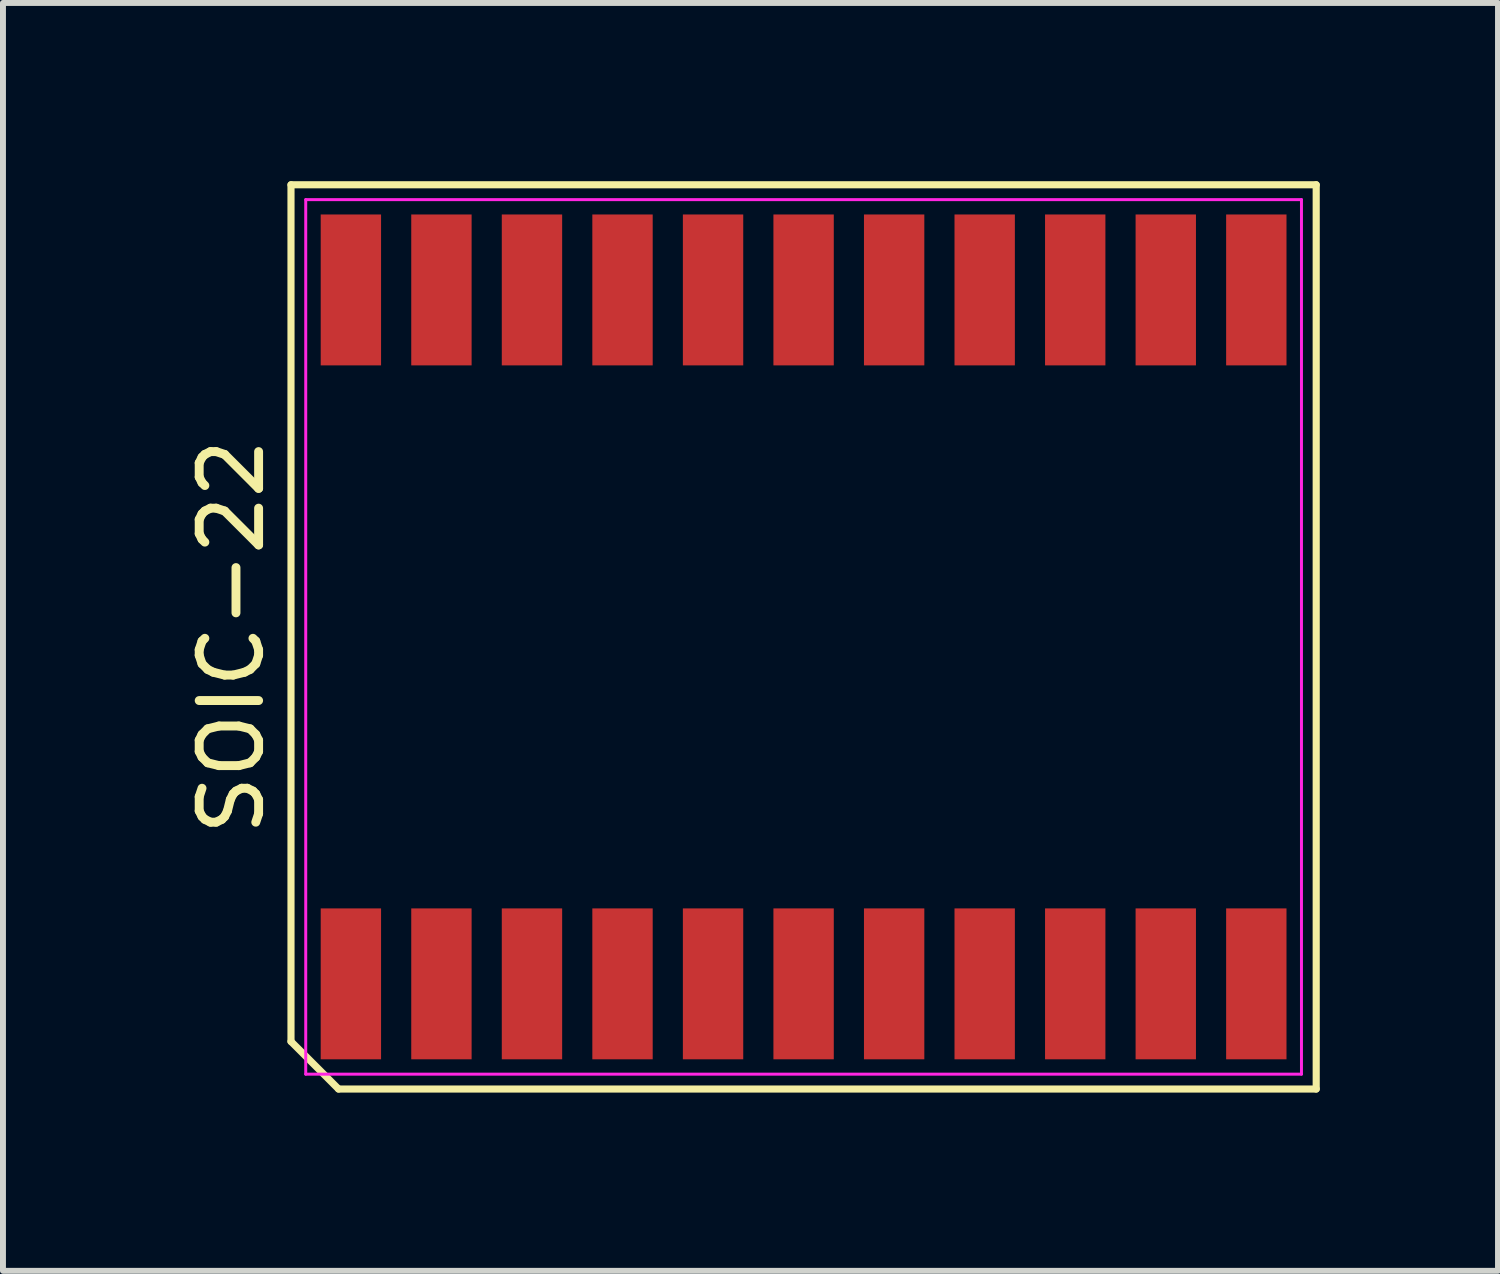
<source format=kicad_pcb>
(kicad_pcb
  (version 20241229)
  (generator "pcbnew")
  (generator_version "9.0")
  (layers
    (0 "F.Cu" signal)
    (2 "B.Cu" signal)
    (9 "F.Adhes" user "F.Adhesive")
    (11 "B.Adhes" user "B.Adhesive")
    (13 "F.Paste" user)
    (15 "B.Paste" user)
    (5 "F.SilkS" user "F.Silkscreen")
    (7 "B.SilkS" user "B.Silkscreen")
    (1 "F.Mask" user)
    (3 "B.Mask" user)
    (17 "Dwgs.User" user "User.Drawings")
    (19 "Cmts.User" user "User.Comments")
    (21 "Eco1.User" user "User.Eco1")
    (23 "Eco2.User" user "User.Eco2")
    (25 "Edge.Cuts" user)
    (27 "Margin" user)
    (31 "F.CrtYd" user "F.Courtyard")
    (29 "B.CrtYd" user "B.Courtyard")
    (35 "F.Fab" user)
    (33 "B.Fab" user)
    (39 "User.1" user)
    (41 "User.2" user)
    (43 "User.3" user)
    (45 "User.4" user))
  (footprint "SOIC-22"
    (layer "F.Cu")
    (at 10.476 7.67)
    (property "Reference" "SOIC-22" (at -9.628 0 90) (layer "F.SilkS") (effects (font (size 1 1) (thickness 0.15))))
    (attr smd)
    (fp_line (start -8.628 -7.61) (end 8.628 -7.61) (stroke (width 0.12) (type solid)) (layer "F.SilkS"))
    (fp_line (start -8.628 6.81) (end -8.628 -7.61) (stroke (width 0.12) (type solid)) (layer "F.SilkS"))
    (fp_line (start -7.828 7.61) (end -8.628 6.81) (stroke (width 0.12) (type solid)) (layer "F.SilkS"))
    (fp_line (start 8.628 -7.61) (end 8.628 7.61) (stroke (width 0.12) (type solid)) (layer "F.SilkS"))
    (fp_line (start 8.628 7.61) (end -7.828 7.61) (stroke (width 0.12) (type solid)) (layer "F.SilkS"))
    (fp_line (start -8.38 -7.36) (end 8.38 -7.36) (stroke (width 0.05) (type solid)) (layer "F.CrtYd"))
    (fp_line (start -8.38 7.36) (end -8.38 -7.36) (stroke (width 0.05) (type solid)) (layer "F.CrtYd"))
    (fp_line (start 8.38 -7.36) (end 8.38 7.36) (stroke (width 0.05) (type solid)) (layer "F.CrtYd"))
    (fp_line (start 8.38 7.36) (end -8.38 7.36) (stroke (width 0.05) (type solid)) (layer "F.CrtYd"))
    (pad "1" smd rect (at -7.62 5.84) (size 1.016 2.54) (layers "F.Cu" "F.Mask" "F.Paste"))
    (pad "2" smd rect (at -6.096 5.84) (size 1.016 2.54) (layers "F.Cu" "F.Mask" "F.Paste"))
    (pad "3" smd rect (at -4.572 5.84) (size 1.016 2.54) (layers "F.Cu" "F.Mask" "F.Paste"))
    (pad "4" smd rect (at -3.048 5.84) (size 1.016 2.54) (layers "F.Cu" "F.Mask" "F.Paste"))
    (pad "5" smd rect (at -1.524 5.84) (size 1.016 2.54) (layers "F.Cu" "F.Mask" "F.Paste"))
    (pad "6" smd rect (at 0 5.84) (size 1.016 2.54) (layers "F.Cu" "F.Mask" "F.Paste"))
    (pad "7" smd rect (at 1.524 5.84) (size 1.016 2.54) (layers "F.Cu" "F.Mask" "F.Paste"))
    (pad "8" smd rect (at 3.048 5.84) (size 1.016 2.54) (layers "F.Cu" "F.Mask" "F.Paste"))
    (pad "9" smd rect (at 4.572 5.84) (size 1.016 2.54) (layers "F.Cu" "F.Mask" "F.Paste"))
    (pad "10" smd rect (at 6.096 5.84) (size 1.016 2.54) (layers "F.Cu" "F.Mask" "F.Paste"))
    (pad "11" smd rect (at 7.62 5.84) (size 1.016 2.54) (layers "F.Cu" "F.Mask" "F.Paste"))
    (pad "12" smd rect (at 7.62 -5.84) (size 1.016 2.54) (layers "F.Cu" "F.Mask" "F.Paste"))
    (pad "13" smd rect (at 6.096 -5.84) (size 1.016 2.54) (layers "F.Cu" "F.Mask" "F.Paste"))
    (pad "14" smd rect (at 4.572 -5.84) (size 1.016 2.54) (layers "F.Cu" "F.Mask" "F.Paste"))
    (pad "15" smd rect (at 3.048 -5.84) (size 1.016 2.54) (layers "F.Cu" "F.Mask" "F.Paste"))
    (pad "16" smd rect (at 1.524 -5.84) (size 1.016 2.54) (layers "F.Cu" "F.Mask" "F.Paste"))
    (pad "17" smd rect (at 0 -5.84) (size 1.016 2.54) (layers "F.Cu" "F.Mask" "F.Paste"))
    (pad "18" smd rect (at -1.524 -5.84) (size 1.016 2.54) (layers "F.Cu" "F.Mask" "F.Paste"))
    (pad "19" smd rect (at -3.048 -5.84) (size 1.016 2.54) (layers "F.Cu" "F.Mask" "F.Paste"))
    (pad "20" smd rect (at -4.572 -5.84) (size 1.016 2.54) (layers "F.Cu" "F.Mask" "F.Paste"))
    (pad "21" smd rect (at -6.096 -5.84) (size 1.016 2.54) (layers "F.Cu" "F.Mask" "F.Paste"))
    (pad "22" smd rect (at -7.62 -5.84) (size 1.016 2.54) (layers "F.Cu" "F.Mask" "F.Paste")))
  (gr_rect
    (start -3 -3)
    (end 22.164 18.34)
    (stroke (width 0.1) (type default))
    (fill no)
    (layer "Edge.Cuts")))
</source>
